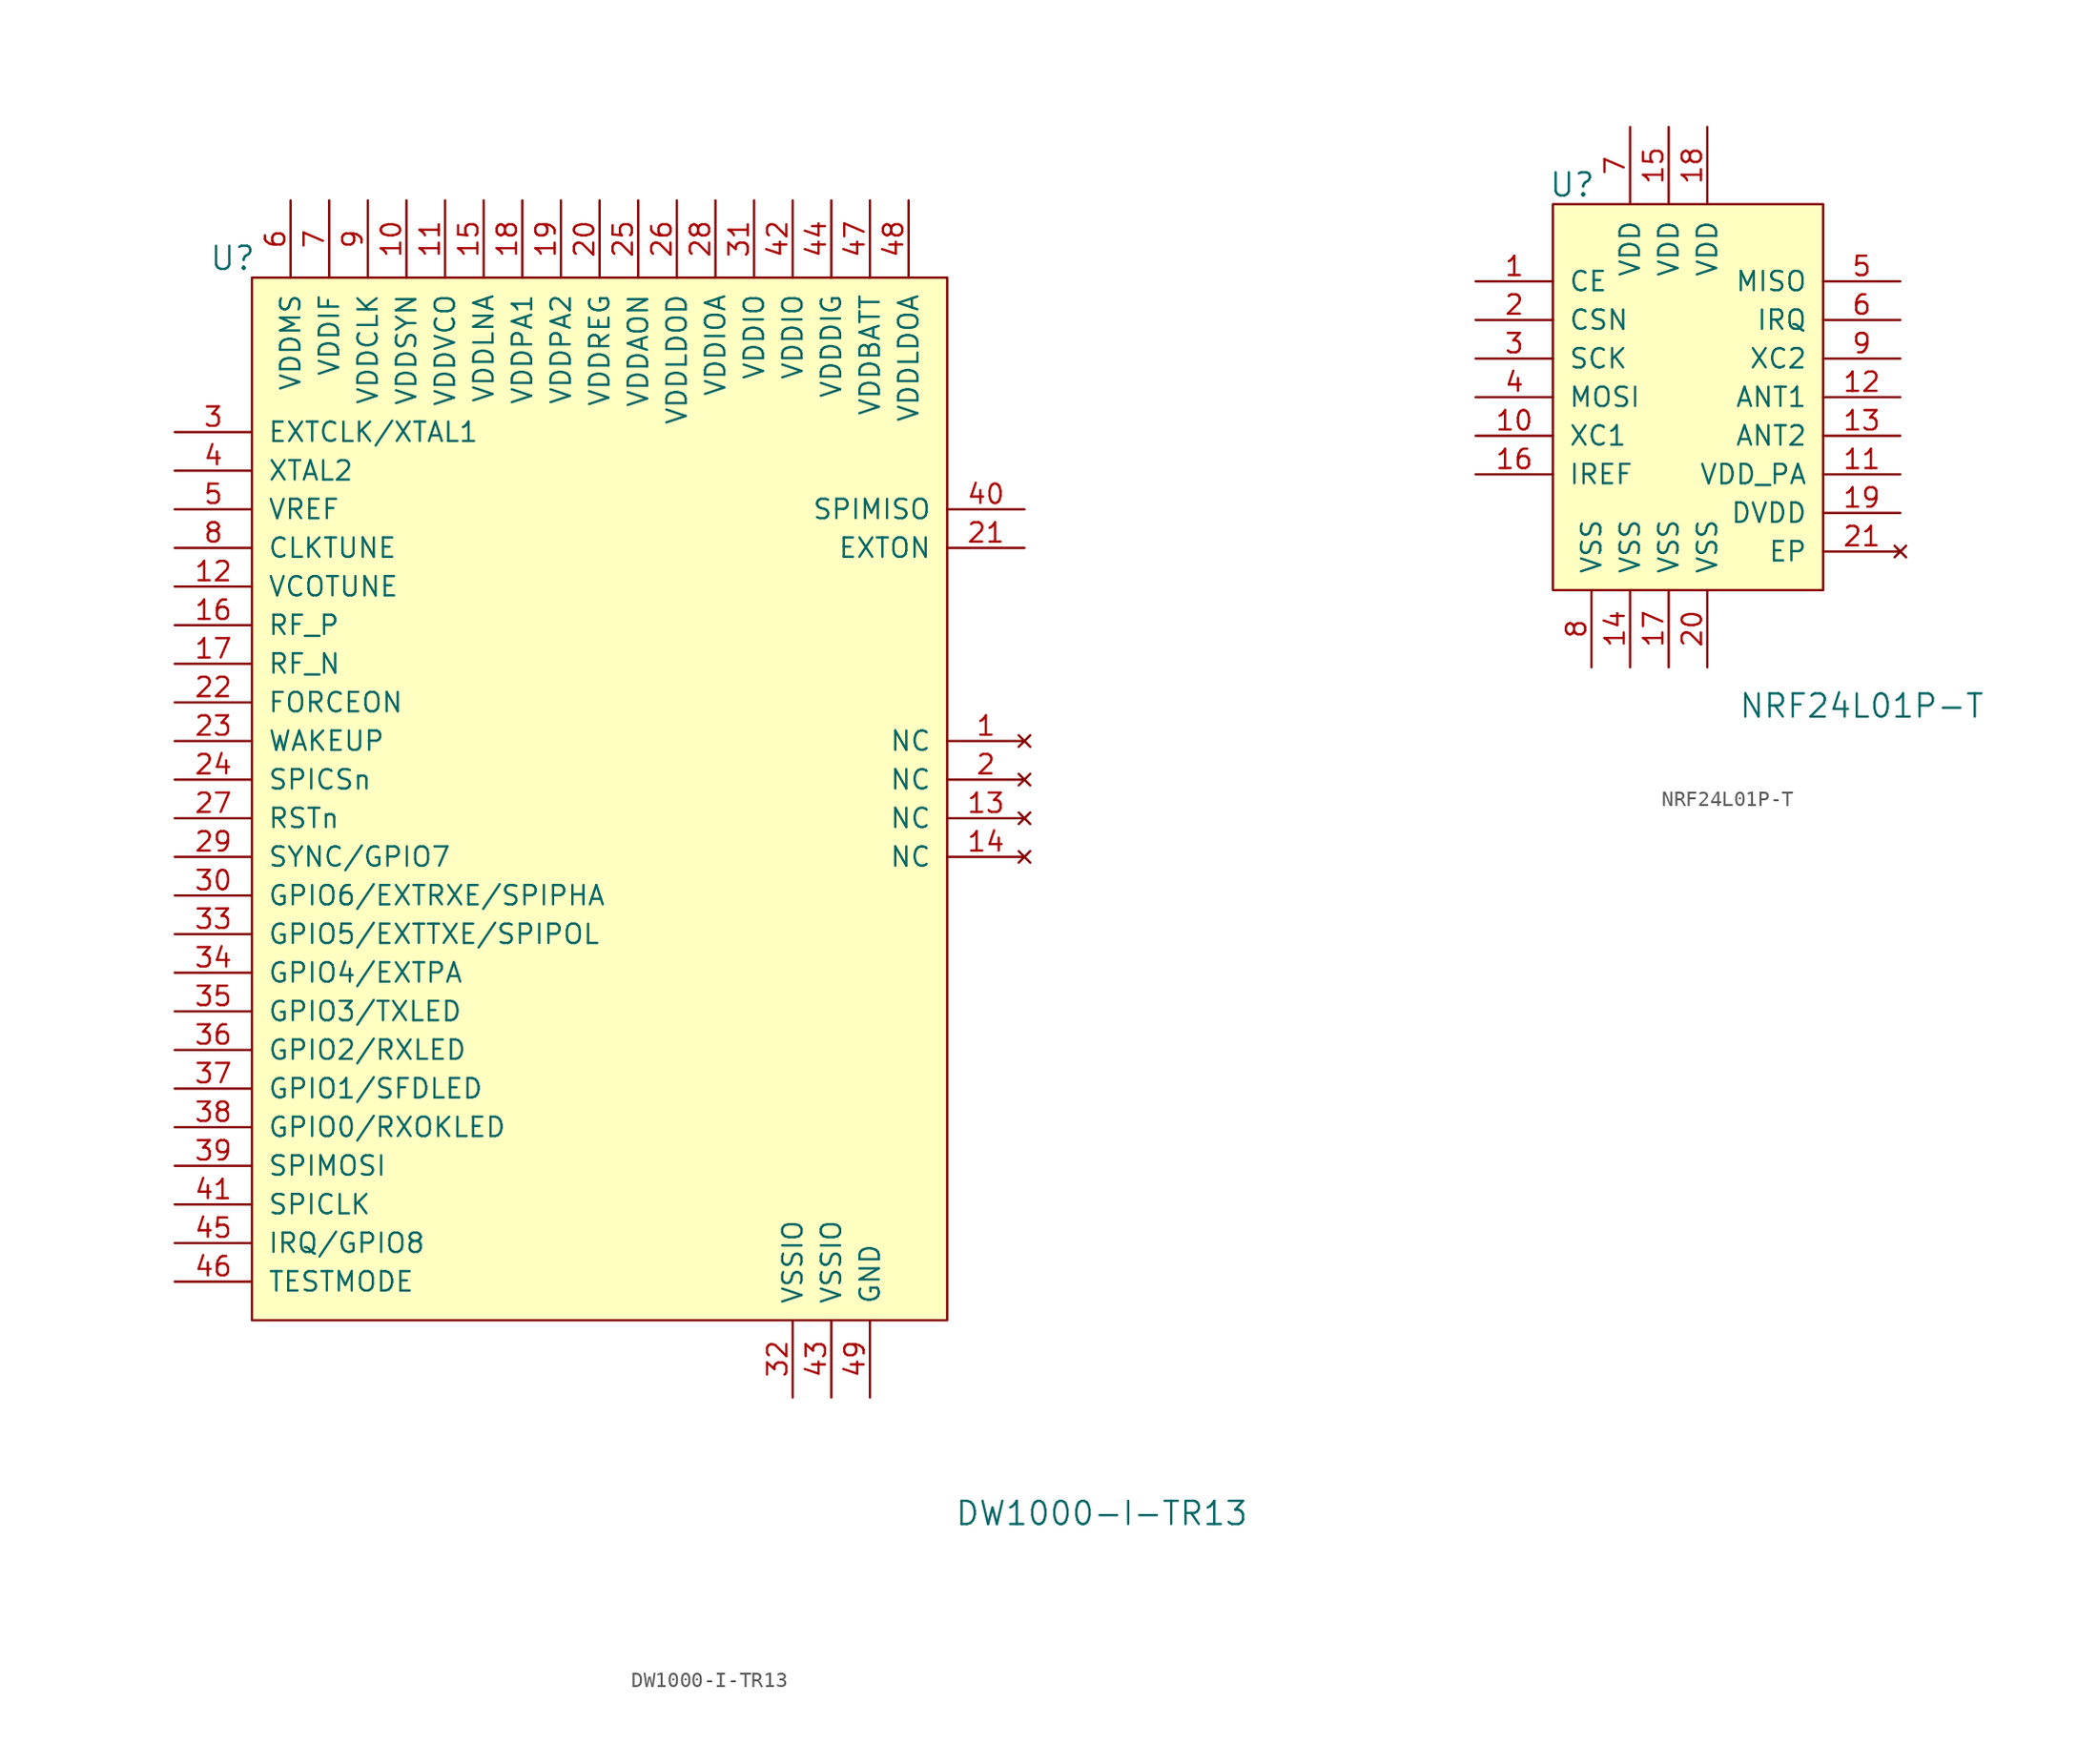
<source format=kicad_sym>
(kicad_symbol_lib
  (version 20220914)
  (generator kicad_symbol_editor)
  (symbol "DW1000-I-TR13"
    (pin_names
      (offset 1.016))
    (property "Reference" "U"
      (at -24.13 36.83 0)
      (effects (font (size 1.524 1.524))))
    (property "Value" "DW1000-I-TR13"
      (at 33.02 -45.72 0)
      (effects (font (size 1.524 1.524))))
    (symbol "DW1000-I-TR13_0_1"
      (rectangle (start -22.86 35.56) (end 22.86 -33.02) (stroke (width 0) (type solid)) (fill (type background))))
    (symbol "DW1000-I-TR13_1_1"
      (pin no_connect line (at 27.94 5.08 180) (length 5.08) (name "NC" (effects (font (size 1.27 1.27)))) (number "1" (effects (font (size 1.27 1.27)))))
      (pin power_in line (at -12.7 40.64 270) (length 5.08) (name "VDDSYN" (effects (font (size 1.27 1.27)))) (number "10" (effects (font (size 1.27 1.27)))))
      (pin power_in line (at -10.16 40.64 270) (length 5.08) (name "VDDVCO" (effects (font (size 1.27 1.27)))) (number "11" (effects (font (size 1.27 1.27)))))
      (pin bidirectional line (at -27.94 15.24 0) (length 5.08) (name "VCOTUNE" (effects (font (size 1.27 1.27)))) (number "12" (effects (font (size 1.27 1.27)))))
      (pin no_connect line (at 27.94 0 180) (length 5.08) (name "NC" (effects (font (size 1.27 1.27)))) (number "13" (effects (font (size 1.27 1.27)))))
      (pin no_connect line (at 27.94 -2.54 180) (length 5.08) (name "NC" (effects (font (size 1.27 1.27)))) (number "14" (effects (font (size 1.27 1.27)))))
      (pin power_in line (at -7.62 40.64 270) (length 5.08) (name "VDDLNA" (effects (font (size 1.27 1.27)))) (number "15" (effects (font (size 1.27 1.27)))))
      (pin bidirectional line (at -27.94 12.7 0) (length 5.08) (name "RF_P" (effects (font (size 1.27 1.27)))) (number "16" (effects (font (size 1.27 1.27)))))
      (pin bidirectional line (at -27.94 10.16 0) (length 5.08) (name "RF_N" (effects (font (size 1.27 1.27)))) (number "17" (effects (font (size 1.27 1.27)))))
      (pin power_in line (at -5.08 40.64 270) (length 5.08) (name "VDDPA1" (effects (font (size 1.27 1.27)))) (number "18" (effects (font (size 1.27 1.27)))))
      (pin power_in line (at -2.54 40.64 270) (length 5.08) (name "VDDPA2" (effects (font (size 1.27 1.27)))) (number "19" (effects (font (size 1.27 1.27)))))
      (pin no_connect line (at 27.94 2.54 180) (length 5.08) (name "NC" (effects (font (size 1.27 1.27)))) (number "2" (effects (font (size 1.27 1.27)))))
      (pin power_in line (at 0 40.64 270) (length 5.08) (name "VDDREG" (effects (font (size 1.27 1.27)))) (number "20" (effects (font (size 1.27 1.27)))))
      (pin output line (at 27.94 17.78 180) (length 5.08) (name "EXTON" (effects (font (size 1.27 1.27)))) (number "21" (effects (font (size 1.27 1.27)))))
      (pin input line (at -27.94 7.62 0) (length 5.08) (name "FORCEON" (effects (font (size 1.27 1.27)))) (number "22" (effects (font (size 1.27 1.27)))))
      (pin input line (at -27.94 5.08 0) (length 5.08) (name "WAKEUP" (effects (font (size 1.27 1.27)))) (number "23" (effects (font (size 1.27 1.27)))))
      (pin input line (at -27.94 2.54 0) (length 5.08) (name "SPICSn" (effects (font (size 1.27 1.27)))) (number "24" (effects (font (size 1.27 1.27)))))
      (pin power_in line (at 2.54 40.64 270) (length 5.08) (name "VDDAON" (effects (font (size 1.27 1.27)))) (number "25" (effects (font (size 1.27 1.27)))))
      (pin power_in line (at 5.08 40.64 270) (length 5.08) (name "VDDLDOD" (effects (font (size 1.27 1.27)))) (number "26" (effects (font (size 1.27 1.27)))))
      (pin bidirectional line (at -27.94 0 0) (length 5.08) (name "RSTn" (effects (font (size 1.27 1.27)))) (number "27" (effects (font (size 1.27 1.27)))))
      (pin power_in line (at 7.62 40.64 270) (length 5.08) (name "VDDIOA" (effects (font (size 1.27 1.27)))) (number "28" (effects (font (size 1.27 1.27)))))
      (pin bidirectional line (at -27.94 -2.54 0) (length 5.08) (name "SYNC/GPIO7" (effects (font (size 1.27 1.27)))) (number "29" (effects (font (size 1.27 1.27)))))
      (pin input line (at -27.94 25.4 0) (length 5.08) (name "EXTCLK/XTAL1" (effects (font (size 1.27 1.27)))) (number "3" (effects (font (size 1.27 1.27)))))
      (pin bidirectional line (at -27.94 -5.08 0) (length 5.08) (name "GPIO6/EXTRXE/SPIPHA" (effects (font (size 1.27 1.27)))) (number "30" (effects (font (size 1.27 1.27)))))
      (pin power_in line (at 10.16 40.64 270) (length 5.08) (name "VDDIO" (effects (font (size 1.27 1.27)))) (number "31" (effects (font (size 1.27 1.27)))))
      (pin power_in line (at 12.7 -38.1 90) (length 5.08) (name "VSSIO" (effects (font (size 1.27 1.27)))) (number "32" (effects (font (size 1.27 1.27)))))
      (pin bidirectional line (at -27.94 -7.62 0) (length 5.08) (name "GPIO5/EXTTXE/SPIPOL" (effects (font (size 1.27 1.27)))) (number "33" (effects (font (size 1.27 1.27)))))
      (pin bidirectional line (at -27.94 -10.16 0) (length 5.08) (name "GPIO4/EXTPA" (effects (font (size 1.27 1.27)))) (number "34" (effects (font (size 1.27 1.27)))))
      (pin bidirectional line (at -27.94 -12.7 0) (length 5.08) (name "GPIO3/TXLED" (effects (font (size 1.27 1.27)))) (number "35" (effects (font (size 1.27 1.27)))))
      (pin bidirectional line (at -27.94 -15.24 0) (length 5.08) (name "GPIO2/RXLED" (effects (font (size 1.27 1.27)))) (number "36" (effects (font (size 1.27 1.27)))))
      (pin bidirectional line (at -27.94 -17.78 0) (length 5.08) (name "GPIO1/SFDLED" (effects (font (size 1.27 1.27)))) (number "37" (effects (font (size 1.27 1.27)))))
      (pin bidirectional line (at -27.94 -20.32 0) (length 5.08) (name "GPIO0/RXOKLED" (effects (font (size 1.27 1.27)))) (number "38" (effects (font (size 1.27 1.27)))))
      (pin input line (at -27.94 -22.86 0) (length 5.08) (name "SPIMOSI" (effects (font (size 1.27 1.27)))) (number "39" (effects (font (size 1.27 1.27)))))
      (pin input line (at -27.94 22.86 0) (length 5.08) (name "XTAL2" (effects (font (size 1.27 1.27)))) (number "4" (effects (font (size 1.27 1.27)))))
      (pin output line (at 27.94 20.32 180) (length 5.08) (name "SPIMISO" (effects (font (size 1.27 1.27)))) (number "40" (effects (font (size 1.27 1.27)))))
      (pin input line (at -27.94 -25.4 0) (length 5.08) (name "SPICLK" (effects (font (size 1.27 1.27)))) (number "41" (effects (font (size 1.27 1.27)))))
      (pin power_in line (at 12.7 40.64 270) (length 5.08) (name "VDDIO" (effects (font (size 1.27 1.27)))) (number "42" (effects (font (size 1.27 1.27)))))
      (pin power_in line (at 15.24 -38.1 90) (length 5.08) (name "VSSIO" (effects (font (size 1.27 1.27)))) (number "43" (effects (font (size 1.27 1.27)))))
      (pin power_in line (at 15.24 40.64 270) (length 5.08) (name "VDDDIG" (effects (font (size 1.27 1.27)))) (number "44" (effects (font (size 1.27 1.27)))))
      (pin bidirectional line (at -27.94 -27.94 0) (length 5.08) (name "IRQ/GPIO8" (effects (font (size 1.27 1.27)))) (number "45" (effects (font (size 1.27 1.27)))))
      (pin input line (at -27.94 -30.48 0) (length 5.08) (name "TESTMODE" (effects (font (size 1.27 1.27)))) (number "46" (effects (font (size 1.27 1.27)))))
      (pin power_in line (at 17.78 40.64 270) (length 5.08) (name "VDDBATT" (effects (font (size 1.27 1.27)))) (number "47" (effects (font (size 1.27 1.27)))))
      (pin power_in line (at 20.32 40.64 270) (length 5.08) (name "VDDLDOA" (effects (font (size 1.27 1.27)))) (number "48" (effects (font (size 1.27 1.27)))))
      (pin power_in line (at 17.78 -38.1 90) (length 5.08) (name "GND" (effects (font (size 1.27 1.27)))) (number "49" (effects (font (size 1.27 1.27)))))
      (pin bidirectional line (at -27.94 20.32 0) (length 5.08) (name "VREF" (effects (font (size 1.27 1.27)))) (number "5" (effects (font (size 1.27 1.27)))))
      (pin power_in line (at -20.32 40.64 270) (length 5.08) (name "VDDMS" (effects (font (size 1.27 1.27)))) (number "6" (effects (font (size 1.27 1.27)))))
      (pin power_in line (at -17.78 40.64 270) (length 5.08) (name "VDDIF" (effects (font (size 1.27 1.27)))) (number "7" (effects (font (size 1.27 1.27)))))
      (pin bidirectional line (at -27.94 17.78 0) (length 5.08) (name "CLKTUNE" (effects (font (size 1.27 1.27)))) (number "8" (effects (font (size 1.27 1.27)))))
      (pin power_in line (at -15.24 40.64 270) (length 5.08) (name "VDDCLK" (effects (font (size 1.27 1.27)))) (number "9" (effects (font (size 1.27 1.27)))))))
  (symbol "NRF24L01P-T"
    (pin_names
      (offset 1.016))
    (property "Reference" "U"
      (at -3.81 11.43 0)
      (effects (font (size 1.524 1.524))))
    (property "Value" "NRF24L01P-T"
      (at 15.24 -22.86 0)
      (effects (font (size 1.524 1.524))))
    (symbol "NRF24L01P-T_0_1"
      (rectangle (start -5.08 10.16) (end 12.7 -15.24) (stroke (width 0) (type solid)) (fill (type background))))
    (symbol "NRF24L01P-T_1_1"
      (pin input line (at -10.16 5.08 0) (length 5.08) (name "CE" (effects (font (size 1.27 1.27)))) (number "1" (effects (font (size 1.27 1.27)))))
      (pin input line (at -10.16 -5.08 0) (length 5.08) (name "XC1" (effects (font (size 1.27 1.27)))) (number "10" (effects (font (size 1.27 1.27)))))
      (pin power_out line (at 17.78 -7.62 180) (length 5.08) (name "VDD_PA" (effects (font (size 1.27 1.27)))) (number "11" (effects (font (size 1.27 1.27)))))
      (pin output line (at 17.78 -2.54 180) (length 5.08) (name "ANT1" (effects (font (size 1.27 1.27)))) (number "12" (effects (font (size 1.27 1.27)))))
      (pin output line (at 17.78 -5.08 180) (length 5.08) (name "ANT2" (effects (font (size 1.27 1.27)))) (number "13" (effects (font (size 1.27 1.27)))))
      (pin power_in line (at 0 -20.32 90) (length 5.08) (name "VSS" (effects (font (size 1.27 1.27)))) (number "14" (effects (font (size 1.27 1.27)))))
      (pin power_in line (at 2.54 15.24 270) (length 5.08) (name "VDD" (effects (font (size 1.27 1.27)))) (number "15" (effects (font (size 1.27 1.27)))))
      (pin input line (at -10.16 -7.62 0) (length 5.08) (name "IREF" (effects (font (size 1.27 1.27)))) (number "16" (effects (font (size 1.27 1.27)))))
      (pin power_in line (at 2.54 -20.32 90) (length 5.08) (name "VSS" (effects (font (size 1.27 1.27)))) (number "17" (effects (font (size 1.27 1.27)))))
      (pin power_in line (at 5.08 15.24 270) (length 5.08) (name "VDD" (effects (font (size 1.27 1.27)))) (number "18" (effects (font (size 1.27 1.27)))))
      (pin power_out line (at 17.78 -10.16 180) (length 5.08) (name "DVDD" (effects (font (size 1.27 1.27)))) (number "19" (effects (font (size 1.27 1.27)))))
      (pin input line (at -10.16 2.54 0) (length 5.08) (name "CSN" (effects (font (size 1.27 1.27)))) (number "2" (effects (font (size 1.27 1.27)))))
      (pin power_in line (at 5.08 -20.32 90) (length 5.08) (name "VSS" (effects (font (size 1.27 1.27)))) (number "20" (effects (font (size 1.27 1.27)))))
      (pin no_connect line (at 17.78 -12.7 180) (length 5.08) (name "EP" (effects (font (size 1.27 1.27)))) (number "21" (effects (font (size 1.27 1.27)))))
      (pin input line (at -10.16 0 0) (length 5.08) (name "SCK" (effects (font (size 1.27 1.27)))) (number "3" (effects (font (size 1.27 1.27)))))
      (pin input line (at -10.16 -2.54 0) (length 5.08) (name "MOSI" (effects (font (size 1.27 1.27)))) (number "4" (effects (font (size 1.27 1.27)))))
      (pin output line (at 17.78 5.08 180) (length 5.08) (name "MISO" (effects (font (size 1.27 1.27)))) (number "5" (effects (font (size 1.27 1.27)))))
      (pin output line (at 17.78 2.54 180) (length 5.08) (name "IRQ" (effects (font (size 1.27 1.27)))) (number "6" (effects (font (size 1.27 1.27)))))
      (pin power_in line (at 0 15.24 270) (length 5.08) (name "VDD" (effects (font (size 1.27 1.27)))) (number "7" (effects (font (size 1.27 1.27)))))
      (pin power_in line (at -2.54 -20.32 90) (length 5.08) (name "VSS" (effects (font (size 1.27 1.27)))) (number "8" (effects (font (size 1.27 1.27)))))
      (pin output line (at 17.78 0 180) (length 5.08) (name "XC2" (effects (font (size 1.27 1.27)))) (number "9" (effects (font (size 1.27 1.27))))))))
</source>
